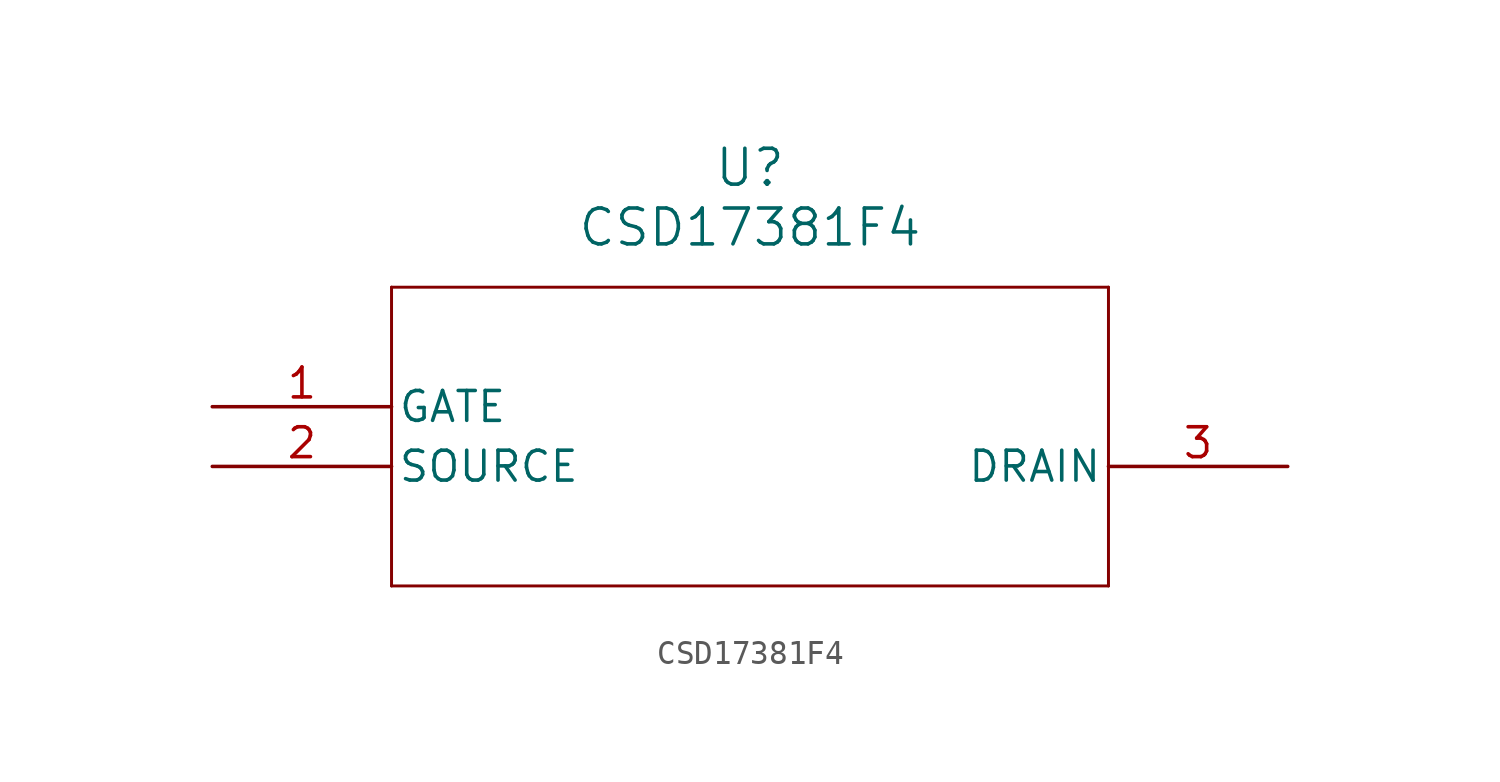
<source format=kicad_sym>
(kicad_symbol_lib
  (version 20211014)
  (generator kicad_symbol_editor)
  (symbol "CSD17381F4"
    (pin_names
      (offset 0.254))
    (property "Reference" "U"
      (at 22.86 10.16 0)
      (effects (font (size 1.524 1.524))))
    (property "Value" "CSD17381F4"
      (at 22.86 7.62 0)
      (effects (font (size 1.524 1.524))))
    (symbol "CSD17381F4_0_1"
      (polyline (pts (xy 7.62 5.08) (xy 7.62 -7.62)) (stroke (width 0.127) (type default) (color 0 0 0 0)) (fill (type none)))
      (polyline (pts (xy 7.62 -7.62) (xy 38.1 -7.62)) (stroke (width 0.127) (type default) (color 0 0 0 0)) (fill (type none)))
      (polyline (pts (xy 38.1 -7.62) (xy 38.1 5.08)) (stroke (width 0.127) (type default) (color 0 0 0 0)) (fill (type none)))
      (polyline (pts (xy 38.1 5.08) (xy 7.62 5.08)) (stroke (width 0.127) (type default) (color 0 0 0 0)) (fill (type none)))
      (pin unspecified line (at 0 0 0) (length 7.62) (name "GATE" (effects (font (size 1.27 1.27)))) (number "1" (effects (font (size 1.27 1.27)))))
      (pin unspecified line (at 0 -2.54 0) (length 7.62) (name "SOURCE" (effects (font (size 1.27 1.27)))) (number "2" (effects (font (size 1.27 1.27)))))
      (pin unspecified line (at 45.72 -2.54 180) (length 7.62) (name "DRAIN" (effects (font (size 1.27 1.27)))) (number "3" (effects (font (size 1.27 1.27))))))))
</source>
